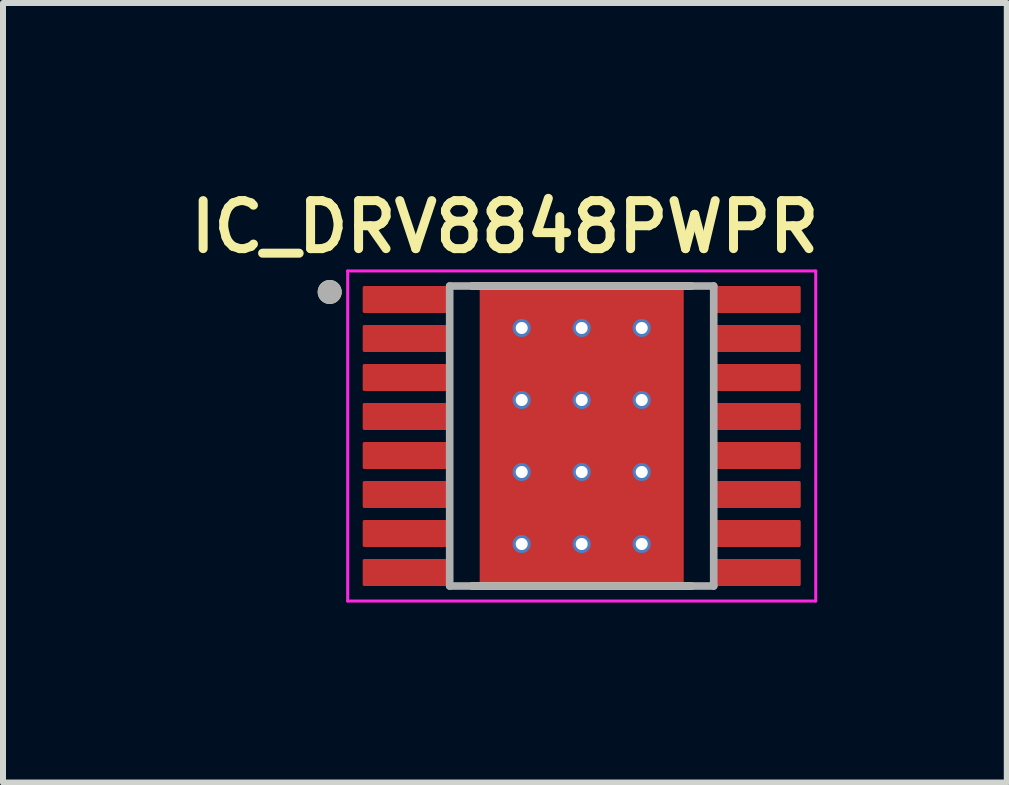
<source format=kicad_pcb>
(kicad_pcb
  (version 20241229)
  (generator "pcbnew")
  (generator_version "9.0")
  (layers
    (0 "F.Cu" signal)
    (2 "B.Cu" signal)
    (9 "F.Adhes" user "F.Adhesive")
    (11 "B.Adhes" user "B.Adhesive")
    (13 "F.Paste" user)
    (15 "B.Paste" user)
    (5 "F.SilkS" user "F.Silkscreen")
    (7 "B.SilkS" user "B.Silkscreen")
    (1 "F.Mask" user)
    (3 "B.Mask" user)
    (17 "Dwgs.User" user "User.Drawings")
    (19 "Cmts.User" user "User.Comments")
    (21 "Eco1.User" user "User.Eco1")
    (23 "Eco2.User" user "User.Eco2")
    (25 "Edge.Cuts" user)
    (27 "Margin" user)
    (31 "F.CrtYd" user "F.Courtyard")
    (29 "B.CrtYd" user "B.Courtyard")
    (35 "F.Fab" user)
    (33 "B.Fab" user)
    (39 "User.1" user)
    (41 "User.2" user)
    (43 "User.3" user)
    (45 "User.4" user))
  (footprint "IC_DRV8848PWPR"
    (layer "F.Cu")
    (at 6.644 4.216)
    (property "Reference" "IC_DRV8848PWPR" (at -1.28 -3.485 0) (layer "F.SilkS") (effects (font (size 0.8 0.8) (thickness 0.15))))
    (attr smd)
    (fp_poly (pts (xy -1.23 -1.155) (xy 1.23 -1.155) (xy 1.23 1.155) (xy -1.23 1.155)) (stroke (width 0.01) (type solid)) (fill yes) (layer "F.Mask"))
    (fp_line (start -1.83 -2.5) (end 1.83 -2.5) (stroke (width 0.127) (type solid)) (layer "F.SilkS"))
    (fp_line (start -1.83 2.5) (end 1.83 2.5) (stroke (width 0.127) (type solid)) (layer "F.SilkS"))
    (fp_circle (center -4.2 -2.4) (end -4.1 -2.4) (stroke (width 0.2) (type solid)) (fill no) (layer "F.SilkS"))
    (fp_poly (pts (xy -1.23 -1.155) (xy 1.23 -1.155) (xy 1.23 1.155) (xy -1.23 1.155)) (stroke (width 0.01) (type solid)) (fill yes) (layer "F.Paste"))
    (fp_line (start -3.9 -2.75) (end -3.9 2.75) (stroke (width 0.05) (type solid)) (layer "F.CrtYd"))
    (fp_line (start -3.9 -2.75) (end 3.9 -2.75) (stroke (width 0.05) (type solid)) (layer "F.CrtYd"))
    (fp_line (start -3.9 2.75) (end 3.9 2.75) (stroke (width 0.05) (type solid)) (layer "F.CrtYd"))
    (fp_line (start 3.9 -2.75) (end 3.9 2.75) (stroke (width 0.05) (type solid)) (layer "F.CrtYd"))
    (fp_line (start -2.2 -2.5) (end -2.2 2.5) (stroke (width 0.127) (type solid)) (layer "F.Fab"))
    (fp_line (start -2.2 -2.5) (end 2.2 -2.5) (stroke (width 0.127) (type solid)) (layer "F.Fab"))
    (fp_line (start -2.2 2.5) (end 2.2 2.5) (stroke (width 0.127) (type solid)) (layer "F.Fab"))
    (fp_line (start 2.2 -2.5) (end 2.2 2.5) (stroke (width 0.127) (type solid)) (layer "F.Fab"))
    (fp_circle (center -4.2 -2.4) (end -4.1 -2.4) (stroke (width 0.2) (type solid)) (fill no) (layer "F.Fab"))
    (pad "1" smd roundrect (at -2.9 -2.275) (size 1.5 0.45) (layers "F.Cu" "F.Mask" "F.Paste") (roundrect_rratio 0.06))
    (pad "2" smd roundrect (at -2.9 -1.625) (size 1.5 0.45) (layers "F.Cu" "F.Mask" "F.Paste") (roundrect_rratio 0.06))
    (pad "3" smd roundrect (at -2.9 -0.975) (size 1.5 0.45) (layers "F.Cu" "F.Mask" "F.Paste") (roundrect_rratio 0.06))
    (pad "4" smd roundrect (at -2.9 -0.325) (size 1.5 0.45) (layers "F.Cu" "F.Mask" "F.Paste") (roundrect_rratio 0.06))
    (pad "5" smd roundrect (at -2.9 0.325) (size 1.5 0.45) (layers "F.Cu" "F.Mask" "F.Paste") (roundrect_rratio 0.06))
    (pad "6" smd roundrect (at -2.9 0.975) (size 1.5 0.45) (layers "F.Cu" "F.Mask" "F.Paste") (roundrect_rratio 0.06))
    (pad "7" smd roundrect (at -2.9 1.625) (size 1.5 0.45) (layers "F.Cu" "F.Mask" "F.Paste") (roundrect_rratio 0.06))
    (pad "8" smd roundrect (at -2.9 2.275) (size 1.5 0.45) (layers "F.Cu" "F.Mask" "F.Paste") (roundrect_rratio 0.06))
    (pad "9" smd roundrect (at 2.9 2.275) (size 1.5 0.45) (layers "F.Cu" "F.Mask" "F.Paste") (roundrect_rratio 0.06))
    (pad "10" smd roundrect (at 2.9 1.625) (size 1.5 0.45) (layers "F.Cu" "F.Mask" "F.Paste") (roundrect_rratio 0.06))
    (pad "11" smd roundrect (at 2.9 0.975) (size 1.5 0.45) (layers "F.Cu" "F.Mask" "F.Paste") (roundrect_rratio 0.06))
    (pad "12" smd roundrect (at 2.9 0.325) (size 1.5 0.45) (layers "F.Cu" "F.Mask" "F.Paste") (roundrect_rratio 0.06))
    (pad "13" smd roundrect (at 2.9 -0.325) (size 1.5 0.45) (layers "F.Cu" "F.Mask" "F.Paste") (roundrect_rratio 0.06))
    (pad "14" smd roundrect (at 2.9 -0.975) (size 1.5 0.45) (layers "F.Cu" "F.Mask" "F.Paste") (roundrect_rratio 0.06))
    (pad "15" smd roundrect (at 2.9 -1.625) (size 1.5 0.45) (layers "F.Cu" "F.Mask" "F.Paste") (roundrect_rratio 0.06))
    (pad "16" smd roundrect (at 2.9 -2.275) (size 1.5 0.45) (layers "F.Cu" "F.Mask" "F.Paste") (roundrect_rratio 0.06))
    (pad "17" smd rect (at 0 0) (size 3.4 5) (layers "F.Cu"))
    (pad "18" thru_hole circle (at -1 -1.8) (size 0.3 0.3) (drill 0.2) (layers "*.Cu"))
    (pad "19" thru_hole circle (at 0 -1.8) (size 0.3 0.3) (drill 0.2) (layers "*.Cu"))
    (pad "20" thru_hole circle (at 1 -1.8) (size 0.3 0.3) (drill 0.2) (layers "*.Cu"))
    (pad "21" thru_hole circle (at -1 -0.6) (size 0.3 0.3) (drill 0.2) (layers "*.Cu"))
    (pad "22" thru_hole circle (at 0 -0.6) (size 0.3 0.3) (drill 0.2) (layers "*.Cu"))
    (pad "23" thru_hole circle (at 1 -0.6) (size 0.3 0.3) (drill 0.2) (layers "*.Cu"))
    (pad "24" thru_hole circle (at -1 0.6) (size 0.3 0.3) (drill 0.2) (layers "*.Cu"))
    (pad "25" thru_hole circle (at 0 0.6) (size 0.3 0.3) (drill 0.2) (layers "*.Cu"))
    (pad "26" thru_hole circle (at 1 0.6) (size 0.3 0.3) (drill 0.2) (layers "*.Cu"))
    (pad "27" thru_hole circle (at -1 1.8) (size 0.3 0.3) (drill 0.2) (layers "*.Cu"))
    (pad "28" thru_hole circle (at 0 1.8) (size 0.3 0.3) (drill 0.2) (layers "*.Cu"))
    (pad "29" thru_hole circle (at 1 1.8) (size 0.3 0.3) (drill 0.2) (layers "*.Cu")))
  (gr_rect
    (start -3 -3)
    (end 13.728 9.991)
    (stroke (width 0.1) (type default))
    (fill no)
    (layer "Edge.Cuts")))
</source>
